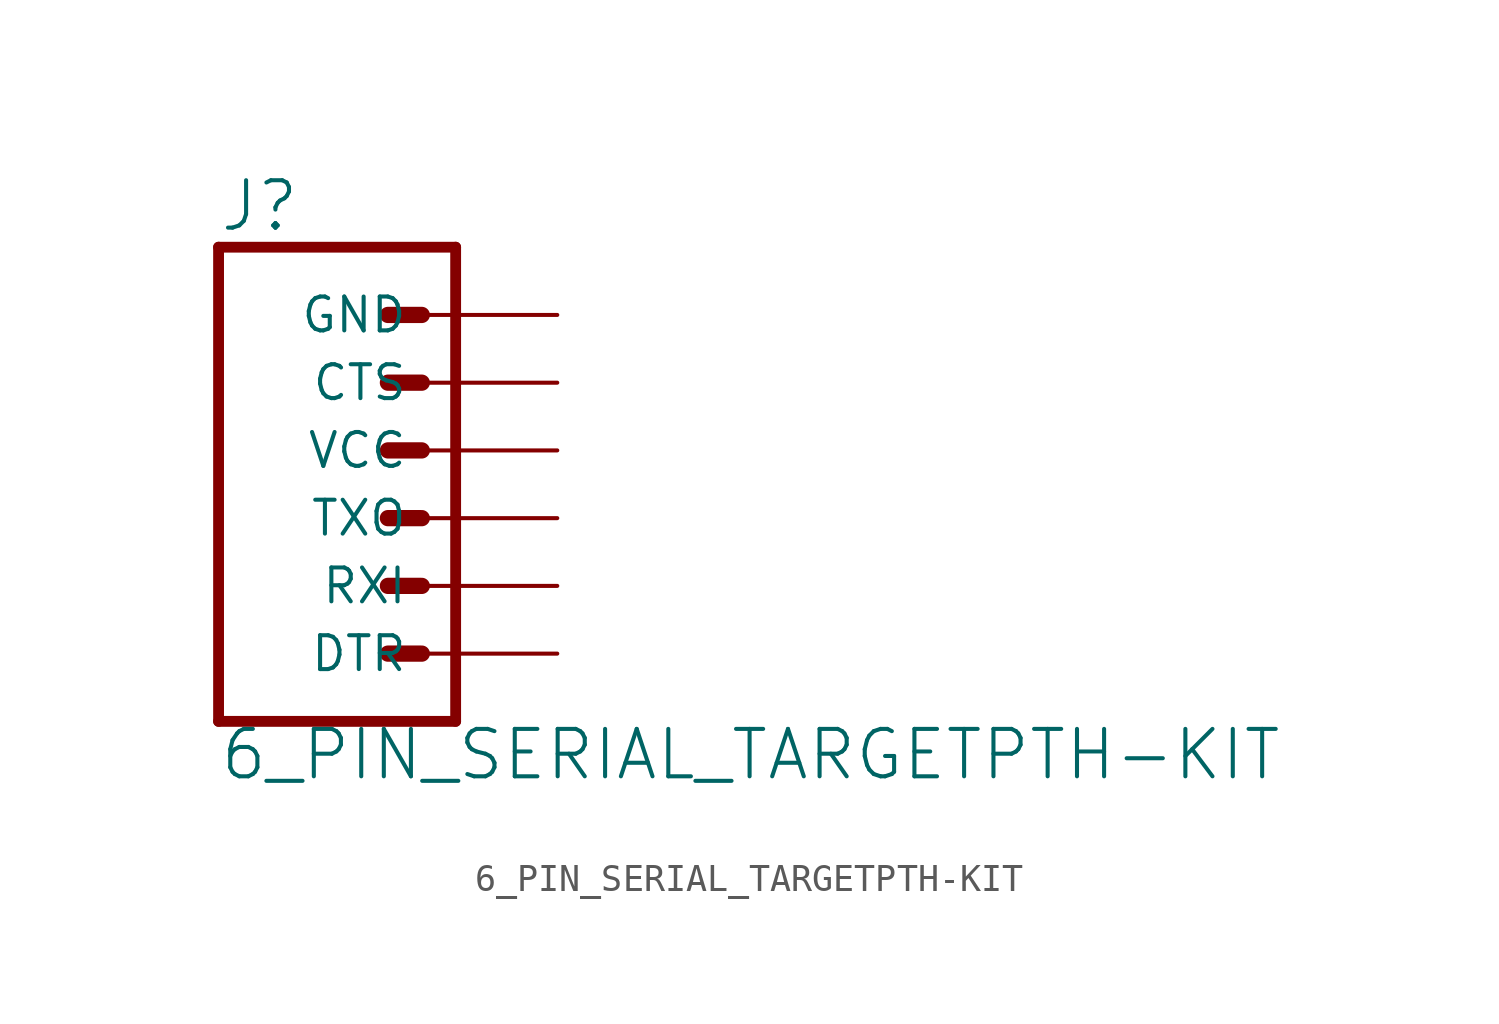
<source format=kicad_sym>
(kicad_symbol_lib
  (version 20211014)
  (generator kicad_symbol_editor)
  (symbol "6_PIN_SERIAL_TARGETPTH-KIT"
    (property "Reference" "J"
      (at -7.62 10.668 0)
      (effects (font (size 1.778 1.778)) (justify left bottom)))
    (property "Value" "6_PIN_SERIAL_TARGETPTH-KIT"
      (at -7.62 -9.906 0)
      (effects (font (size 1.778 1.778)) (justify left bottom)))
    (property "ki_locked" ""
      (at 0 0 0)
      (effects (font (size 1.27 1.27))))
    (symbol "6_PIN_SERIAL_TARGETPTH-KIT_1_0"
      (polyline (pts (xy -7.62 10.16) (xy -7.62 -7.62)) (stroke (width 0.406) (type default) (color 0 0 0 0)) (fill (type none)))
      (polyline (pts (xy -7.62 10.16) (xy 1.27 10.16)) (stroke (width 0.406) (type default) (color 0 0 0 0)) (fill (type none)))
      (polyline (pts (xy -1.27 -5.08) (xy 0 -5.08)) (stroke (width 0.61) (type default) (color 0 0 0 0)) (fill (type none)))
      (polyline (pts (xy -1.27 -2.54) (xy 0 -2.54)) (stroke (width 0.61) (type default) (color 0 0 0 0)) (fill (type none)))
      (polyline (pts (xy -1.27 0) (xy 0 0)) (stroke (width 0.61) (type default) (color 0 0 0 0)) (fill (type none)))
      (polyline (pts (xy -1.27 2.54) (xy 0 2.54)) (stroke (width 0.61) (type default) (color 0 0 0 0)) (fill (type none)))
      (polyline (pts (xy -1.27 5.08) (xy 0 5.08)) (stroke (width 0.61) (type default) (color 0 0 0 0)) (fill (type none)))
      (polyline (pts (xy -1.27 7.62) (xy 0 7.62)) (stroke (width 0.61) (type default) (color 0 0 0 0)) (fill (type none)))
      (polyline (pts (xy 1.27 -7.62) (xy -7.62 -7.62)) (stroke (width 0.406) (type default) (color 0 0 0 0)) (fill (type none)))
      (polyline (pts (xy 1.27 -7.62) (xy 1.27 10.16)) (stroke (width 0.406) (type default) (color 0 0 0 0)) (fill (type none)))
      (pin passive line (at 5.08 -5.08 180) (length 5.08) (name "DTR" (effects (font (size 1.27 1.27)))) (number "1" (effects (font (size 0 0)))))
      (pin passive line (at 5.08 -2.54 180) (length 5.08) (name "RXI" (effects (font (size 1.27 1.27)))) (number "2" (effects (font (size 0 0)))))
      (pin passive line (at 5.08 0 180) (length 5.08) (name "TXO" (effects (font (size 1.27 1.27)))) (number "3" (effects (font (size 0 0)))))
      (pin passive line (at 5.08 2.54 180) (length 5.08) (name "VCC" (effects (font (size 1.27 1.27)))) (number "4" (effects (font (size 0 0)))))
      (pin passive line (at 5.08 5.08 180) (length 5.08) (name "CTS" (effects (font (size 1.27 1.27)))) (number "5" (effects (font (size 0 0)))))
      (pin passive line (at 5.08 7.62 180) (length 5.08) (name "GND" (effects (font (size 1.27 1.27)))) (number "6" (effects (font (size 0 0))))))))
</source>
